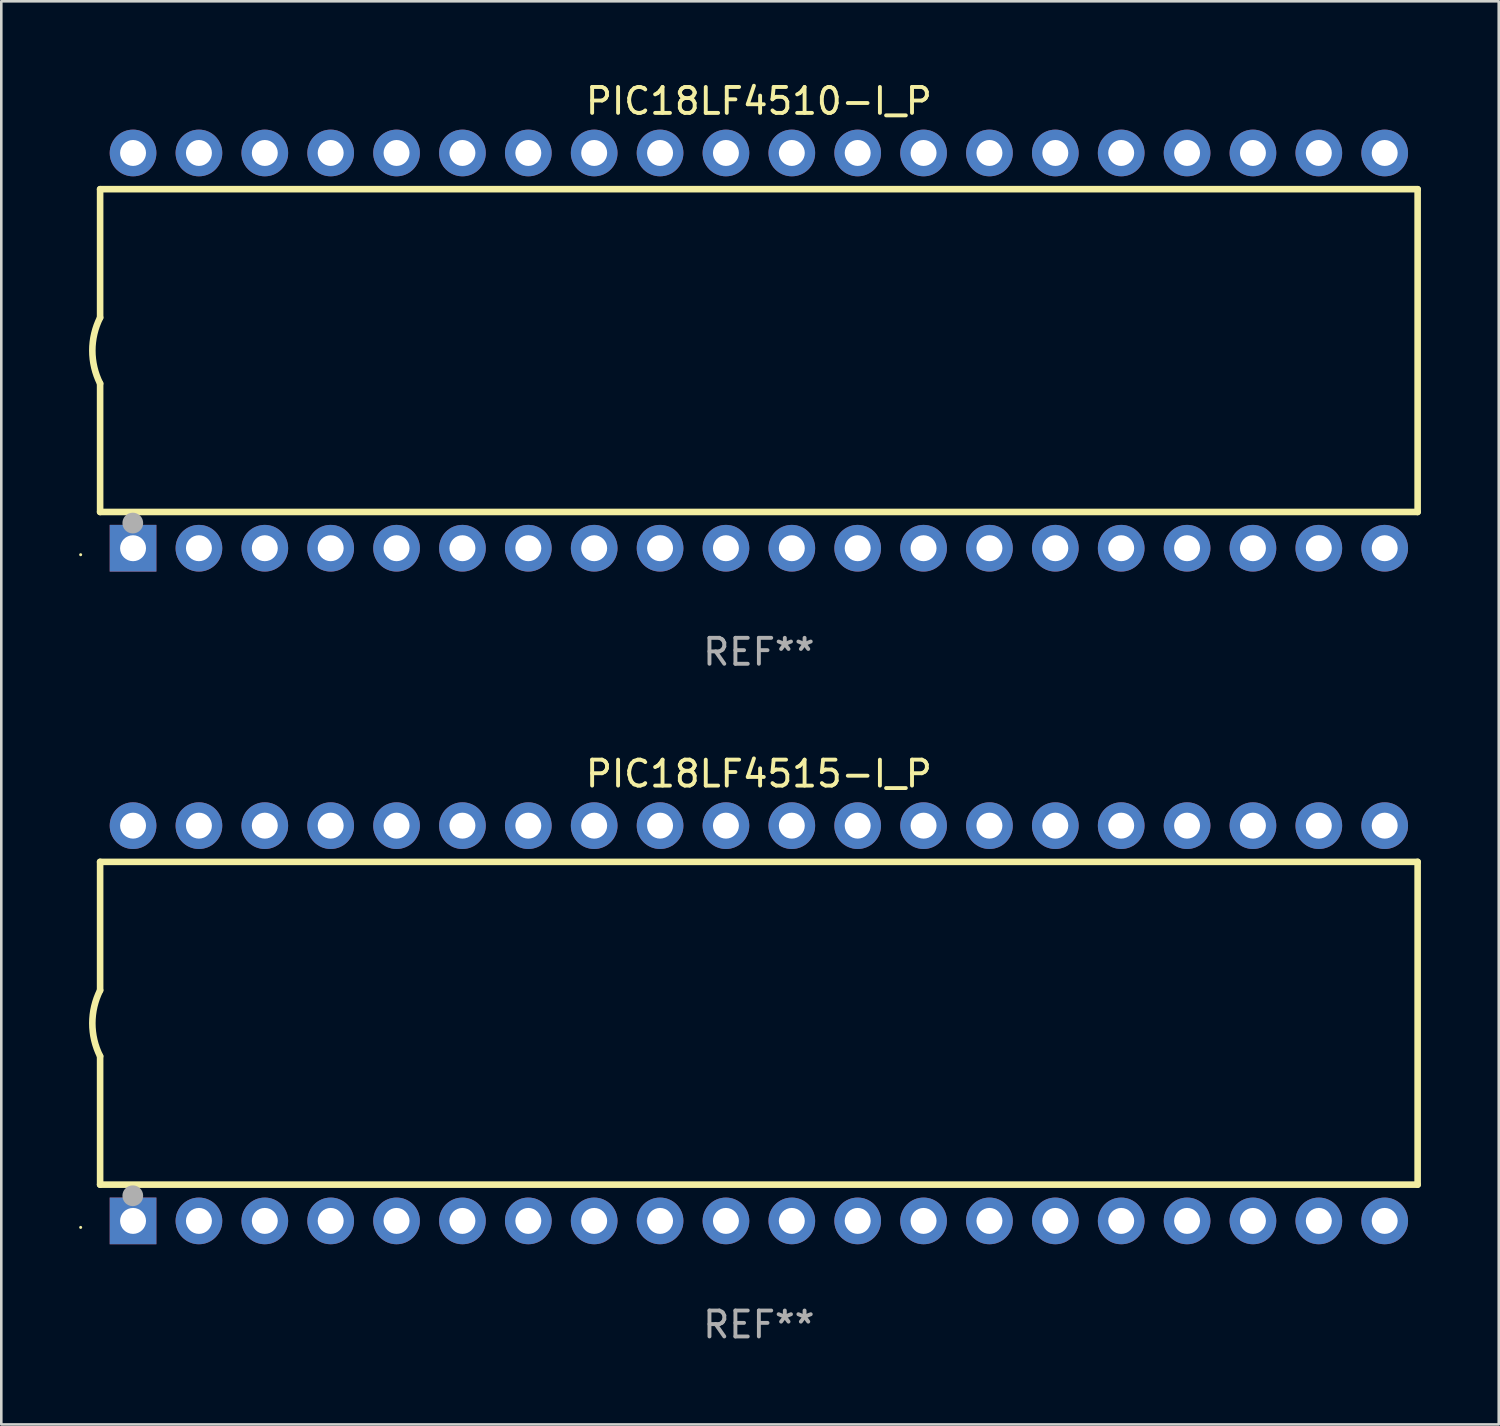
<source format=kicad_pcb>
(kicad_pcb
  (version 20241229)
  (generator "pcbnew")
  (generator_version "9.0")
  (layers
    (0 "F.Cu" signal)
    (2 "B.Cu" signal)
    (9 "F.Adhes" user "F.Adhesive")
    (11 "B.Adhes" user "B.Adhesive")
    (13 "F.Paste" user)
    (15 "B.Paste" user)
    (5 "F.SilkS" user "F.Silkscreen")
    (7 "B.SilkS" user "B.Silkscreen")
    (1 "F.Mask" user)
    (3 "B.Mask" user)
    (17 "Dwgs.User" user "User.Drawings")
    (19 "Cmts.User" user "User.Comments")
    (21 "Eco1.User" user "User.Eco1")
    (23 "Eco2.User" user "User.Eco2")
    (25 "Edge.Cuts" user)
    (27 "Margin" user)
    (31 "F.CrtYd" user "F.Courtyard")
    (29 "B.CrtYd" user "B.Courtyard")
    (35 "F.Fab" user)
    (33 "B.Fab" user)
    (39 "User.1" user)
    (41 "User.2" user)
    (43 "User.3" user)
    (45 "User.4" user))
  (footprint "PIC18LF4515-I_P"
    (layer "F.Cu")
    (at 26.21 36.405)
    (property "Reference" "PIC18LF4515-I_P" (at 0 -9.62 0) (layer "F.SilkS") (effects (font (size 1 1) (thickness 0.15))))
    (attr through_hole)
    (fp_line (start -25.4 -6.224) (end -25.4 -1.271) (stroke (width 0.254) (type solid)) (layer "F.SilkS"))
    (fp_line (start -25.4 -6.224) (end 25.4 -6.224) (stroke (width 0.254) (type solid)) (layer "F.SilkS"))
    (fp_line (start -25.4 1.269) (end -25.4 6.222) (stroke (width 0.254) (type solid)) (layer "F.SilkS"))
    (fp_line (start -25.4 6.222) (end 25.4 6.222) (stroke (width 0.254) (type solid)) (layer "F.SilkS"))
    (fp_line (start 25.4 6.222) (end 25.4 -6.224) (stroke (width 0.254) (type solid)) (layer "F.SilkS"))
    (fp_arc (start -25.4 1.269241) (mid -25.699807 -0.000762) (end -25.4 -1.270765) (stroke (width 0.254001) (type solid)) (layer "F.SilkS"))
    (fp_circle (center -26.15 7.87) (end -26.12 7.87) (stroke (width 0.06) (type solid)) (fill no) (layer "F.SilkS"))
    (fp_circle (center -24.14 6.65) (end -23.94 6.65) (stroke (width 0.4) (type solid)) (fill no) (layer "F.Fab"))
    (fp_text user "REF**" (at 0 11.62 0) (layer "F.Fab") (effects (font (size 1 1) (thickness 0.15))))
    (pad "1" thru_hole rect (at -24.13 7.62 90) (size 1.8 1.8) (drill 1) (layers "*.Cu" "*.Mask"))
    (pad "2" thru_hole circle (at -21.59 7.62) (size 1.8 1.8) (drill 1) (layers "*.Cu" "*.Mask"))
    (pad "3" thru_hole circle (at -19.05 7.62) (size 1.8 1.8) (drill 1) (layers "*.Cu" "*.Mask"))
    (pad "4" thru_hole circle (at -16.51 7.62) (size 1.8 1.8) (drill 1) (layers "*.Cu" "*.Mask"))
    (pad "5" thru_hole circle (at -13.97 7.62) (size 1.8 1.8) (drill 1) (layers "*.Cu" "*.Mask"))
    (pad "6" thru_hole circle (at -11.43 7.62) (size 1.8 1.8) (drill 1) (layers "*.Cu" "*.Mask"))
    (pad "7" thru_hole circle (at -8.89 7.62) (size 1.8 1.8) (drill 1) (layers "*.Cu" "*.Mask"))
    (pad "8" thru_hole circle (at -6.35 7.62) (size 1.8 1.8) (drill 1) (layers "*.Cu" "*.Mask"))
    (pad "9" thru_hole circle (at -3.81 7.62) (size 1.8 1.8) (drill 1) (layers "*.Cu" "*.Mask"))
    (pad "10" thru_hole circle (at -1.27 7.62) (size 1.8 1.8) (drill 1) (layers "*.Cu" "*.Mask"))
    (pad "11" thru_hole circle (at 1.27 7.62) (size 1.8 1.8) (drill 1) (layers "*.Cu" "*.Mask"))
    (pad "12" thru_hole circle (at 3.81 7.62) (size 1.8 1.8) (drill 1) (layers "*.Cu" "*.Mask"))
    (pad "13" thru_hole circle (at 6.35 7.62) (size 1.8 1.8) (drill 1) (layers "*.Cu" "*.Mask"))
    (pad "14" thru_hole circle (at 8.89 7.62) (size 1.8 1.8) (drill 1) (layers "*.Cu" "*.Mask"))
    (pad "15" thru_hole circle (at 11.43 7.62) (size 1.8 1.8) (drill 1) (layers "*.Cu" "*.Mask"))
    (pad "16" thru_hole circle (at 13.97 7.62) (size 1.8 1.8) (drill 1) (layers "*.Cu" "*.Mask"))
    (pad "17" thru_hole circle (at 16.51 7.62) (size 1.8 1.8) (drill 1) (layers "*.Cu" "*.Mask"))
    (pad "18" thru_hole circle (at 19.05 7.62) (size 1.8 1.8) (drill 1) (layers "*.Cu" "*.Mask"))
    (pad "19" thru_hole circle (at 21.59 7.62) (size 1.8 1.8) (drill 1) (layers "*.Cu" "*.Mask"))
    (pad "20" thru_hole circle (at 24.13 7.62) (size 1.8 1.8) (drill 1) (layers "*.Cu" "*.Mask"))
    (pad "21" thru_hole circle (at 24.13 -7.62) (size 1.8 1.8) (drill 1) (layers "*.Cu" "*.Mask"))
    (pad "22" thru_hole circle (at 21.59 -7.62) (size 1.8 1.8) (drill 1) (layers "*.Cu" "*.Mask"))
    (pad "23" thru_hole circle (at 19.05 -7.62) (size 1.8 1.8) (drill 1) (layers "*.Cu" "*.Mask"))
    (pad "24" thru_hole circle (at 16.51 -7.62) (size 1.8 1.8) (drill 1) (layers "*.Cu" "*.Mask"))
    (pad "25" thru_hole circle (at 13.97 -7.62) (size 1.8 1.8) (drill 1) (layers "*.Cu" "*.Mask"))
    (pad "26" thru_hole circle (at 11.43 -7.62) (size 1.8 1.8) (drill 1) (layers "*.Cu" "*.Mask"))
    (pad "27" thru_hole circle (at 8.89 -7.62) (size 1.8 1.8) (drill 1) (layers "*.Cu" "*.Mask"))
    (pad "28" thru_hole circle (at 6.35 -7.62) (size 1.8 1.8) (drill 1) (layers "*.Cu" "*.Mask"))
    (pad "29" thru_hole circle (at 3.81 -7.62) (size 1.8 1.8) (drill 1) (layers "*.Cu" "*.Mask"))
    (pad "30" thru_hole circle (at 1.27 -7.62) (size 1.8 1.8) (drill 1) (layers "*.Cu" "*.Mask"))
    (pad "31" thru_hole circle (at -1.27 -7.62) (size 1.8 1.8) (drill 1) (layers "*.Cu" "*.Mask"))
    (pad "32" thru_hole circle (at -3.81 -7.62) (size 1.8 1.8) (drill 1) (layers "*.Cu" "*.Mask"))
    (pad "33" thru_hole circle (at -6.35 -7.62) (size 1.8 1.8) (drill 1) (layers "*.Cu" "*.Mask"))
    (pad "34" thru_hole circle (at -8.89 -7.62) (size 1.8 1.8) (drill 1) (layers "*.Cu" "*.Mask"))
    (pad "35" thru_hole circle (at -11.43 -7.62) (size 1.8 1.8) (drill 1) (layers "*.Cu" "*.Mask"))
    (pad "36" thru_hole circle (at -13.97 -7.62) (size 1.8 1.8) (drill 1) (layers "*.Cu" "*.Mask"))
    (pad "37" thru_hole circle (at -16.51 -7.62) (size 1.8 1.8) (drill 1) (layers "*.Cu" "*.Mask"))
    (pad "38" thru_hole circle (at -19.05 -7.62) (size 1.8 1.8) (drill 1) (layers "*.Cu" "*.Mask"))
    (pad "39" thru_hole circle (at -21.59 -7.62) (size 1.8 1.8) (drill 1) (layers "*.Cu" "*.Mask"))
    (pad "40" thru_hole circle (at -24.13 -7.62) (size 1.8 1.8) (drill 1) (layers "*.Cu" "*.Mask")))
  (footprint "PIC18LF4510-I_P"
    (layer "F.Cu")
    (at 26.21 10.468)
    (property "Reference" "PIC18LF4510-I_P" (at 0 -9.62 0) (layer "F.SilkS") (effects (font (size 1 1) (thickness 0.15))))
    (attr through_hole)
    (fp_line (start -25.4 -6.224) (end -25.4 -1.271) (stroke (width 0.254) (type solid)) (layer "F.SilkS"))
    (fp_line (start -25.4 -6.224) (end 25.4 -6.224) (stroke (width 0.254) (type solid)) (layer "F.SilkS"))
    (fp_line (start -25.4 1.269) (end -25.4 6.222) (stroke (width 0.254) (type solid)) (layer "F.SilkS"))
    (fp_line (start -25.4 6.222) (end 25.4 6.222) (stroke (width 0.254) (type solid)) (layer "F.SilkS"))
    (fp_line (start 25.4 6.222) (end 25.4 -6.224) (stroke (width 0.254) (type solid)) (layer "F.SilkS"))
    (fp_arc (start -25.4 1.269241) (mid -25.699807 -0.000762) (end -25.4 -1.270765) (stroke (width 0.254001) (type solid)) (layer "F.SilkS"))
    (fp_circle (center -26.15 7.87) (end -26.12 7.87) (stroke (width 0.06) (type solid)) (fill no) (layer "F.SilkS"))
    (fp_circle (center -24.14 6.65) (end -23.94 6.65) (stroke (width 0.4) (type solid)) (fill no) (layer "F.Fab"))
    (fp_text user "REF**" (at 0 11.62 0) (layer "F.Fab") (effects (font (size 1 1) (thickness 0.15))))
    (pad "1" thru_hole rect (at -24.13 7.62 90) (size 1.8 1.8) (drill 1) (layers "*.Cu" "*.Mask"))
    (pad "2" thru_hole circle (at -21.59 7.62) (size 1.8 1.8) (drill 1) (layers "*.Cu" "*.Mask"))
    (pad "3" thru_hole circle (at -19.05 7.62) (size 1.8 1.8) (drill 1) (layers "*.Cu" "*.Mask"))
    (pad "4" thru_hole circle (at -16.51 7.62) (size 1.8 1.8) (drill 1) (layers "*.Cu" "*.Mask"))
    (pad "5" thru_hole circle (at -13.97 7.62) (size 1.8 1.8) (drill 1) (layers "*.Cu" "*.Mask"))
    (pad "6" thru_hole circle (at -11.43 7.62) (size 1.8 1.8) (drill 1) (layers "*.Cu" "*.Mask"))
    (pad "7" thru_hole circle (at -8.89 7.62) (size 1.8 1.8) (drill 1) (layers "*.Cu" "*.Mask"))
    (pad "8" thru_hole circle (at -6.35 7.62) (size 1.8 1.8) (drill 1) (layers "*.Cu" "*.Mask"))
    (pad "9" thru_hole circle (at -3.81 7.62) (size 1.8 1.8) (drill 1) (layers "*.Cu" "*.Mask"))
    (pad "10" thru_hole circle (at -1.27 7.62) (size 1.8 1.8) (drill 1) (layers "*.Cu" "*.Mask"))
    (pad "11" thru_hole circle (at 1.27 7.62) (size 1.8 1.8) (drill 1) (layers "*.Cu" "*.Mask"))
    (pad "12" thru_hole circle (at 3.81 7.62) (size 1.8 1.8) (drill 1) (layers "*.Cu" "*.Mask"))
    (pad "13" thru_hole circle (at 6.35 7.62) (size 1.8 1.8) (drill 1) (layers "*.Cu" "*.Mask"))
    (pad "14" thru_hole circle (at 8.89 7.62) (size 1.8 1.8) (drill 1) (layers "*.Cu" "*.Mask"))
    (pad "15" thru_hole circle (at 11.43 7.62) (size 1.8 1.8) (drill 1) (layers "*.Cu" "*.Mask"))
    (pad "16" thru_hole circle (at 13.97 7.62) (size 1.8 1.8) (drill 1) (layers "*.Cu" "*.Mask"))
    (pad "17" thru_hole circle (at 16.51 7.62) (size 1.8 1.8) (drill 1) (layers "*.Cu" "*.Mask"))
    (pad "18" thru_hole circle (at 19.05 7.62) (size 1.8 1.8) (drill 1) (layers "*.Cu" "*.Mask"))
    (pad "19" thru_hole circle (at 21.59 7.62) (size 1.8 1.8) (drill 1) (layers "*.Cu" "*.Mask"))
    (pad "20" thru_hole circle (at 24.13 7.62) (size 1.8 1.8) (drill 1) (layers "*.Cu" "*.Mask"))
    (pad "21" thru_hole circle (at 24.13 -7.62) (size 1.8 1.8) (drill 1) (layers "*.Cu" "*.Mask"))
    (pad "22" thru_hole circle (at 21.59 -7.62) (size 1.8 1.8) (drill 1) (layers "*.Cu" "*.Mask"))
    (pad "23" thru_hole circle (at 19.05 -7.62) (size 1.8 1.8) (drill 1) (layers "*.Cu" "*.Mask"))
    (pad "24" thru_hole circle (at 16.51 -7.62) (size 1.8 1.8) (drill 1) (layers "*.Cu" "*.Mask"))
    (pad "25" thru_hole circle (at 13.97 -7.62) (size 1.8 1.8) (drill 1) (layers "*.Cu" "*.Mask"))
    (pad "26" thru_hole circle (at 11.43 -7.62) (size 1.8 1.8) (drill 1) (layers "*.Cu" "*.Mask"))
    (pad "27" thru_hole circle (at 8.89 -7.62) (size 1.8 1.8) (drill 1) (layers "*.Cu" "*.Mask"))
    (pad "28" thru_hole circle (at 6.35 -7.62) (size 1.8 1.8) (drill 1) (layers "*.Cu" "*.Mask"))
    (pad "29" thru_hole circle (at 3.81 -7.62) (size 1.8 1.8) (drill 1) (layers "*.Cu" "*.Mask"))
    (pad "30" thru_hole circle (at 1.27 -7.62) (size 1.8 1.8) (drill 1) (layers "*.Cu" "*.Mask"))
    (pad "31" thru_hole circle (at -1.27 -7.62) (size 1.8 1.8) (drill 1) (layers "*.Cu" "*.Mask"))
    (pad "32" thru_hole circle (at -3.81 -7.62) (size 1.8 1.8) (drill 1) (layers "*.Cu" "*.Mask"))
    (pad "33" thru_hole circle (at -6.35 -7.62) (size 1.8 1.8) (drill 1) (layers "*.Cu" "*.Mask"))
    (pad "34" thru_hole circle (at -8.89 -7.62) (size 1.8 1.8) (drill 1) (layers "*.Cu" "*.Mask"))
    (pad "35" thru_hole circle (at -11.43 -7.62) (size 1.8 1.8) (drill 1) (layers "*.Cu" "*.Mask"))
    (pad "36" thru_hole circle (at -13.97 -7.62) (size 1.8 1.8) (drill 1) (layers "*.Cu" "*.Mask"))
    (pad "37" thru_hole circle (at -16.51 -7.62) (size 1.8 1.8) (drill 1) (layers "*.Cu" "*.Mask"))
    (pad "38" thru_hole circle (at -19.05 -7.62) (size 1.8 1.8) (drill 1) (layers "*.Cu" "*.Mask"))
    (pad "39" thru_hole circle (at -21.59 -7.62) (size 1.8 1.8) (drill 1) (layers "*.Cu" "*.Mask"))
    (pad "40" thru_hole circle (at -24.13 -7.62) (size 1.8 1.8) (drill 1) (layers "*.Cu" "*.Mask")))
  (gr_rect
    (start -3 -3)
    (end 54.737 51.873)
    (stroke (width 0.1) (type default))
    (fill no)
    (layer "Edge.Cuts")))
</source>
